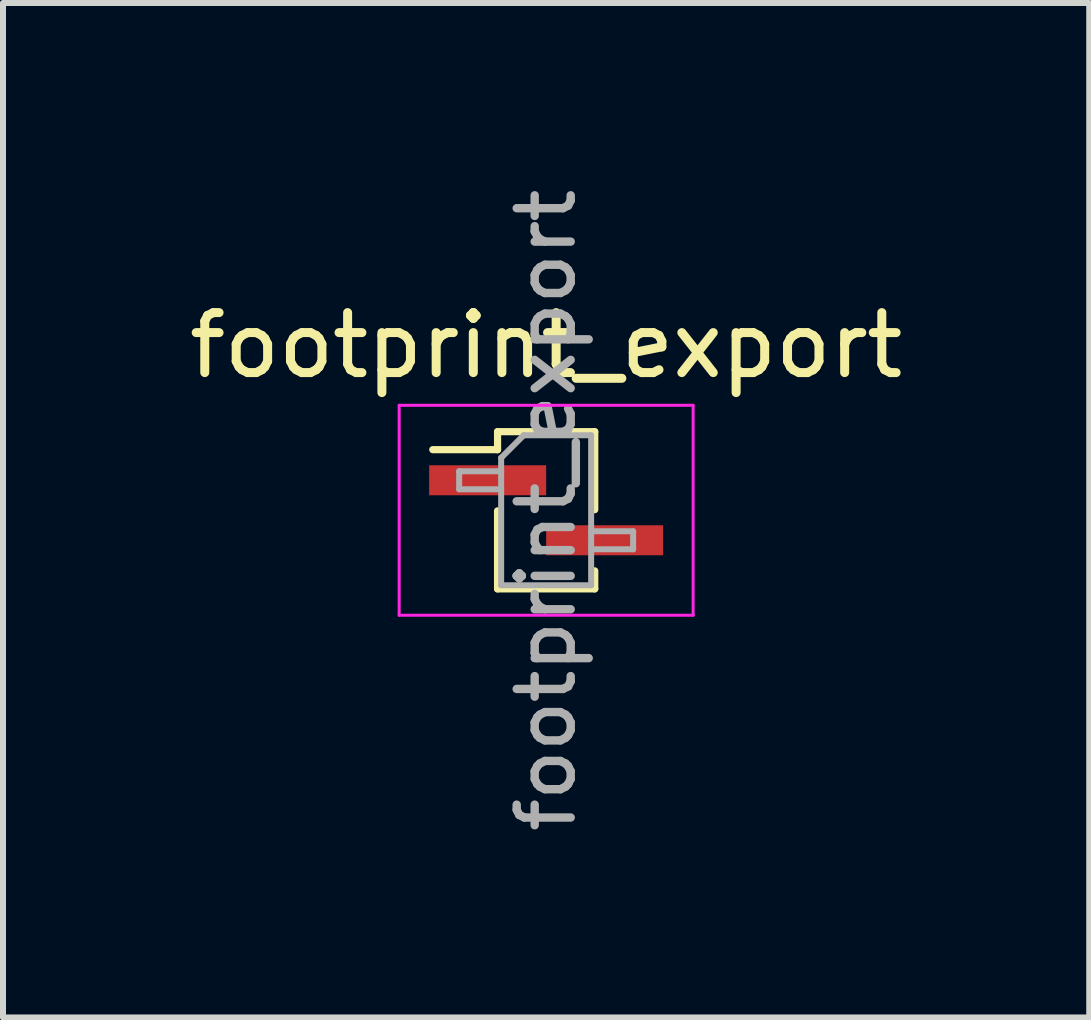
<source format=kicad_pcb>
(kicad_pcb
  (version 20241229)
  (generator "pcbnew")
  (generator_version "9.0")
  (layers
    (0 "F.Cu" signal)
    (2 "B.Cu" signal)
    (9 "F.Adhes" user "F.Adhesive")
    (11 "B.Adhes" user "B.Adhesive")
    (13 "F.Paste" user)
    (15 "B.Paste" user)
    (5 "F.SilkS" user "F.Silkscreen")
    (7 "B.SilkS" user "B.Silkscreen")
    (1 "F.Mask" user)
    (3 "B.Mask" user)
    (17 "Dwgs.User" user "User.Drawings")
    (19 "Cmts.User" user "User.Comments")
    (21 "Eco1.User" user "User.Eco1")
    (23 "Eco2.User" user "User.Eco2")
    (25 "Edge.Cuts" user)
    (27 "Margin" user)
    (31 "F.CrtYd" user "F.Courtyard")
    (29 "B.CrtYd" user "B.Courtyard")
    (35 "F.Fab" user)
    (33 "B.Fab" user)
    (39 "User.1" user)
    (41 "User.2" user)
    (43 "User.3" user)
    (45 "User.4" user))
  (footprint "footprint_export"
    (layer "F.Cu")
    (at 6.054 5.456)
    (property "Reference" "footprint_export" (at 0 -2.75 0) (layer "F.SilkS") (effects (font (size 1 1) (thickness 0.15))))
    (attr smd)
    (fp_line (start -1.89 -1.01) (end -0.81 -1.01) (stroke (width 0.12) (type solid)) (layer "F.SilkS"))
    (fp_line (start -0.81 -1.31) (end -0.81 -1.01) (stroke (width 0.12) (type solid)) (layer "F.SilkS"))
    (fp_line (start -0.81 -1.31) (end 0.81 -1.31) (stroke (width 0.12) (type solid)) (layer "F.SilkS"))
    (fp_line (start -0.81 0.01) (end -0.81 1.31) (stroke (width 0.12) (type solid)) (layer "F.SilkS"))
    (fp_line (start -0.81 1.31) (end 0.81 1.31) (stroke (width 0.12) (type solid)) (layer "F.SilkS"))
    (fp_line (start 0.81 -1.31) (end 0.81 -0.01) (stroke (width 0.12) (type solid)) (layer "F.SilkS"))
    (fp_line (start 0.81 1.01) (end 0.81 1.31) (stroke (width 0.12) (type solid)) (layer "F.SilkS"))
    (fp_line (start -2.45 -1.75) (end 2.45 -1.75) (stroke (width 0.05) (type solid)) (layer "F.CrtYd"))
    (fp_line (start -2.45 1.75) (end -2.45 -1.75) (stroke (width 0.05) (type solid)) (layer "F.CrtYd"))
    (fp_line (start 2.45 -1.75) (end 2.45 1.75) (stroke (width 0.05) (type solid)) (layer "F.CrtYd"))
    (fp_line (start 2.45 1.75) (end -2.45 1.75) (stroke (width 0.05) (type solid)) (layer "F.CrtYd"))
    (fp_line (start -1.45 -0.65) (end -0.75 -0.65) (stroke (width 0.1) (type solid)) (layer "F.Fab"))
    (fp_line (start -1.45 -0.35) (end -1.45 -0.65) (stroke (width 0.1) (type solid)) (layer "F.Fab"))
    (fp_line (start -0.75 -0.875) (end -0.375 -1.25) (stroke (width 0.1) (type solid)) (layer "F.Fab"))
    (fp_line (start -0.75 -0.35) (end -1.45 -0.35) (stroke (width 0.1) (type solid)) (layer "F.Fab"))
    (fp_line (start -0.75 1.25) (end -0.75 -0.875) (stroke (width 0.1) (type solid)) (layer "F.Fab"))
    (fp_line (start -0.375 -1.25) (end 0.75 -1.25) (stroke (width 0.1) (type solid)) (layer "F.Fab"))
    (fp_line (start 0.75 -1.25) (end 0.75 1.25) (stroke (width 0.1) (type solid)) (layer "F.Fab"))
    (fp_line (start 0.75 0.35) (end 1.45 0.35) (stroke (width 0.1) (type solid)) (layer "F.Fab"))
    (fp_line (start 0.75 1.25) (end -0.75 1.25) (stroke (width 0.1) (type solid)) (layer "F.Fab"))
    (fp_line (start 1.45 0.35) (end 1.45 0.65) (stroke (width 0.1) (type solid)) (layer "F.Fab"))
    (fp_line (start 1.45 0.65) (end 0.75 0.65) (stroke (width 0.1) (type solid)) (layer "F.Fab"))
    (fp_text user "${REFERENCE}" (at 0 0 90) (layer "F.Fab") (effects (font (size 0.9 0.9) (thickness 0.14))))
    (pad "1" smd rect (at -0.975 -0.5) (size 1.95 0.5) (layers "F.Cu" "F.Mask" "F.Paste"))
    (pad "2" smd rect (at 0.975 0.5) (size 1.95 0.5) (layers "F.Cu" "F.Mask" "F.Paste")))
  (gr_rect
    (start -3 -3)
    (end 15.107 13.911)
    (stroke (width 0.1) (type default))
    (fill no)
    (layer "Edge.Cuts")))
</source>
